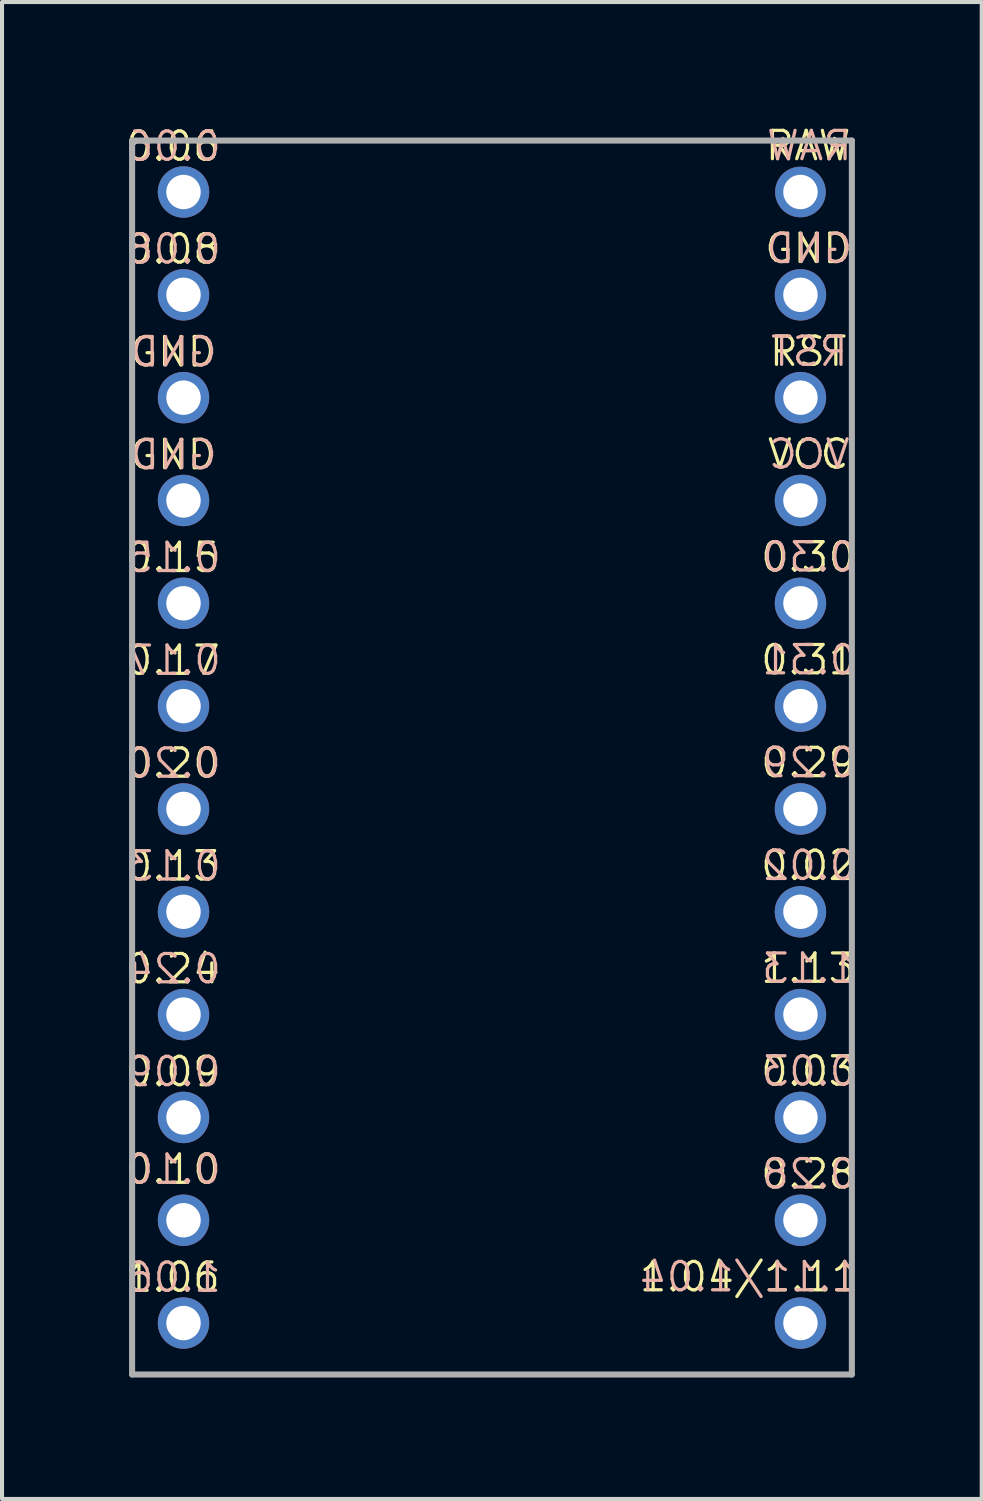
<source format=kicad_pcb>
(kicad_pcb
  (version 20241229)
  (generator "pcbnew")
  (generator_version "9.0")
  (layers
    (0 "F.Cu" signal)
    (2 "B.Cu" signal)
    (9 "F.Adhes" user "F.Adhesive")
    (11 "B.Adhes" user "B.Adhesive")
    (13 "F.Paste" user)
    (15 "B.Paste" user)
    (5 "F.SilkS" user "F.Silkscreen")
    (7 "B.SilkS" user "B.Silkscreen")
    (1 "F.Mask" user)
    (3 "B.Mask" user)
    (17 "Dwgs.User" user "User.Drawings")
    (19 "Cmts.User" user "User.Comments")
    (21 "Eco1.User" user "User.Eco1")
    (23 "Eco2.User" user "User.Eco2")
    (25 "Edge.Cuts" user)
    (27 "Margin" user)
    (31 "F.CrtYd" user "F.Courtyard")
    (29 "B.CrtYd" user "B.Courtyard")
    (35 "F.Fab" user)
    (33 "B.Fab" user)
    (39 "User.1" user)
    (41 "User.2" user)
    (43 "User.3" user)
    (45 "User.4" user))
  (footprint "pro_micro"
    (layer "F.Cu")
    (at 9.103 15.663)
    (property "Reference" "pro_micro" (at 0 11.303 0) (layer "Eco1.User") (effects (font (size 1 1) (thickness 0.15))))
    (attr through_hole exclude_from_bom)
    (fp_line (start -8.89 -15.24) (end 8.89 -15.24) (stroke (width 0.15) (type solid)) (layer "F.Fab"))
    (fp_line (start -8.89 15.24) (end -8.89 -15.24) (stroke (width 0.15) (type solid)) (layer "F.Fab"))
    (fp_line (start 8.89 -15.24) (end 8.89 15.24) (stroke (width 0.15) (type solid)) (layer "F.Fab"))
    (fp_line (start 8.89 15.24) (end -8.89 15.24) (stroke (width 0.15) (type solid)) (layer "F.Fab"))
    (fp_text user "GND" (at -7.887 -7.48 180) (layer "F.SilkS") (effects (font (size 0.7 0.7) (thickness 0.08))))
    (fp_text user "1.13" (at 7.811 5.207 0) (layer "F.SilkS") (effects (font (size 0.7 0.7) (thickness 0.08))))
    (fp_text user "0.30" (at 7.811 -4.953 0) (layer "F.SilkS") (effects (font (size 0.7 0.7) (thickness 0.08))))
    (fp_text user "0.02" (at 7.811 2.667 0) (layer "F.SilkS") (effects (font (size 0.7 0.7) (thickness 0.08))))
    (fp_text user "0.29" (at 7.811 0.127 0) (layer "F.SilkS") (effects (font (size 0.7 0.7) (thickness 0.08))))
    (fp_text user "0.20" (at -7.887 0.14 180) (layer "F.SilkS") (effects (font (size 0.7 0.7) (thickness 0.08))))
    (fp_text user "RAW" (at 7.811 -15.113 0) (layer "F.SilkS") (effects (font (size 0.7 0.7) (thickness 0.08))))
    (fp_text user "GND" (at 7.811 -12.573 0) (layer "F.SilkS") (effects (font (size 0.7 0.7) (thickness 0.08))))
    (fp_text user "0.06" (at -7.887 -15.1 0) (layer "F.SilkS") (effects (font (size 0.7 0.7) (thickness 0.08))))
    (fp_text user "RST" (at 7.811 -10.033 180) (layer "F.SilkS") (effects (font (size 0.7 0.7) (thickness 0.08))))
    (fp_text user "0.03" (at 7.811 7.747 180) (layer "F.SilkS") (effects (font (size 0.7 0.7) (thickness 0.08))))
    (fp_text user "0.28" (at 7.811 10.287 0) (layer "F.SilkS") (effects (font (size 0.7 0.7) (thickness 0.08))))
    (fp_text user "0.13" (at -7.887 2.68 0) (layer "F.SilkS") (effects (font (size 0.7 0.7) (thickness 0.08))))
    (fp_text user "0.09" (at -7.887 7.76 0) (layer "F.SilkS") (effects (font (size 0.7 0.7) (thickness 0.08))))
    (fp_text user "VCC" (at 7.811 -7.493 0) (layer "F.SilkS") (effects (font (size 0.7 0.7) (thickness 0.08))))
    (fp_text user "GND" (at -7.887 -10.02 180) (layer "F.SilkS") (effects (font (size 0.7 0.7) (thickness 0.08))))
    (fp_text user "0.10" (at -7.887 10.173 180) (layer "F.SilkS") (effects (font (size 0.7 0.7) (thickness 0.08))))
    (fp_text user "0.17" (at -7.887 -2.4 0) (layer "F.SilkS") (effects (font (size 0.7 0.7) (thickness 0.08))))
    (fp_text user "0.24" (at -7.887 5.22 180) (layer "F.SilkS") (effects (font (size 0.7 0.7) (thickness 0.08))))
    (fp_text user "0.15" (at -7.887 -4.94 180) (layer "F.SilkS") (effects (font (size 0.7 0.7) (thickness 0.08))))
    (fp_text user "1.06" (at -7.887 12.84 0) (layer "F.SilkS") (effects (font (size 0.7 0.7) (thickness 0.08))))
    (fp_text user "0.08" (at -7.887 -12.56 180) (layer "F.SilkS") (effects (font (size 0.7 0.7) (thickness 0.08))))
    (fp_text user "0.31" (at 7.811 -2.413 0) (layer "F.SilkS") (effects (font (size 0.7 0.7) (thickness 0.08))))
    (fp_text user "1.04/1.11" (at 6.348 12.827 0) (layer "F.SilkS") (effects (font (size 0.7 0.7) (thickness 0.08))))
    (fp_text user "0.03" (at 7.838 7.747 180) (layer "B.SilkS") (effects (font (size 0.7 0.7) (thickness 0.08)) (justify mirror)))
    (fp_text user "RST" (at 7.838 -10.033 180) (layer "B.SilkS") (effects (font (size 0.7 0.7) (thickness 0.08)) (justify mirror)))
    (fp_text user "0.30" (at 7.838 -4.953 0) (layer "B.SilkS") (effects (font (size 0.7 0.7) (thickness 0.08)) (justify mirror)))
    (fp_text user "0.24" (at -7.861 5.22 180) (layer "B.SilkS") (effects (font (size 0.7 0.7) (thickness 0.08)) (justify mirror)))
    (fp_text user "1.06" (at -7.861 12.84 0) (layer "B.SilkS") (effects (font (size 0.7 0.7) (thickness 0.08)) (justify mirror)))
    (fp_text user "0.31" (at 7.838 -2.413 0) (layer "B.SilkS") (effects (font (size 0.7 0.7) (thickness 0.08)) (justify mirror)))
    (fp_text user "0.17" (at -7.861 -2.4 0) (layer "B.SilkS") (effects (font (size 0.7 0.7) (thickness 0.08)) (justify mirror)))
    (fp_text user "0.13" (at -7.861 2.68 0) (layer "B.SilkS") (effects (font (size 0.7 0.7) (thickness 0.08)) (justify mirror)))
    (fp_text user "RAW" (at 7.838 -15.113 0) (layer "B.SilkS") (effects (font (size 0.7 0.7) (thickness 0.08)) (justify mirror)))
    (fp_text user "0.10" (at -7.861 10.173 180) (layer "B.SilkS") (effects (font (size 0.7 0.7) (thickness 0.08)) (justify mirror)))
    (fp_text user "GND" (at -7.861 -7.48 180) (layer "B.SilkS") (effects (font (size 0.7 0.7) (thickness 0.08)) (justify mirror)))
    (fp_text user "1.11/1.04" (at 6.348 12.827 0) (layer "B.SilkS") (effects (font (size 0.7 0.7) (thickness 0.08)) (justify mirror)))
    (fp_text user "1.13" (at 7.838 5.207 0) (layer "B.SilkS") (effects (font (size 0.7 0.7) (thickness 0.08)) (justify mirror)))
    (fp_text user "0.28" (at 7.838 10.287 0) (layer "B.SilkS") (effects (font (size 0.7 0.7) (thickness 0.08)) (justify mirror)))
    (fp_text user "0.06" (at -7.861 -15.1 0) (layer "B.SilkS") (effects (font (size 0.7 0.7) (thickness 0.08)) (justify mirror)))
    (fp_text user "GND" (at -7.861 -10.02 180) (layer "B.SilkS") (effects (font (size 0.7 0.7) (thickness 0.08)) (justify mirror)))
    (fp_text user "0.02" (at 7.838 2.667 0) (layer "B.SilkS") (effects (font (size 0.7 0.7) (thickness 0.08)) (justify mirror)))
    (fp_text user "0.15" (at -7.861 -4.94 180) (layer "B.SilkS") (effects (font (size 0.7 0.7) (thickness 0.08)) (justify mirror)))
    (fp_text user "0.20" (at -7.861 0.14 180) (layer "B.SilkS") (effects (font (size 0.7 0.7) (thickness 0.08)) (justify mirror)))
    (fp_text user "0.29" (at 7.838 0.127 0) (layer "B.SilkS") (effects (font (size 0.7 0.7) (thickness 0.08)) (justify mirror)))
    (fp_text user "VCC" (at 7.838 -7.493 0) (layer "B.SilkS") (effects (font (size 0.7 0.7) (thickness 0.08)) (justify mirror)))
    (fp_text user "GND" (at 7.838 -12.573 0) (layer "B.SilkS") (effects (font (size 0.7 0.7) (thickness 0.08)) (justify mirror)))
    (fp_text user "0.08" (at -7.861 -12.56 180) (layer "B.SilkS") (effects (font (size 0.7 0.7) (thickness 0.08)) (justify mirror)))
    (fp_text user "0.09" (at -7.861 7.76 0) (layer "B.SilkS") (effects (font (size 0.7 0.7) (thickness 0.08)) (justify mirror)))
    (pad "1" thru_hole circle (at 7.62 -13.97 270) (size 1.25 1.25) (drill 0.85) (layers "*.Cu" "*.Mask"))
    (pad "2" thru_hole circle (at 7.62 -11.43 270) (size 1.27 1.27) (drill 0.85) (layers "*.Cu" "*.Mask"))
    (pad "3" thru_hole circle (at 7.62 -8.89 270) (size 1.27 1.27) (drill 0.85) (layers "*.Cu" "*.Mask"))
    (pad "4" thru_hole circle (at 7.62 -6.35 270) (size 1.27 1.27) (drill 0.85) (layers "*.Cu" "*.Mask"))
    (pad "5" thru_hole circle (at 7.62 -3.81 270) (size 1.27 1.27) (drill 0.85) (layers "*.Cu" "*.Mask"))
    (pad "6" thru_hole circle (at 7.62 -1.27 270) (size 1.27 1.27) (drill 0.85) (layers "*.Cu" "*.Mask"))
    (pad "7" thru_hole circle (at 7.62 1.27 270) (size 1.27 1.27) (drill 0.85) (layers "*.Cu" "*.Mask"))
    (pad "8" thru_hole circle (at 7.62 3.81 270) (size 1.27 1.27) (drill 0.85) (layers "*.Cu" "*.Mask"))
    (pad "9" thru_hole circle (at 7.62 6.35 270) (size 1.27 1.27) (drill 0.85) (layers "*.Cu" "*.Mask"))
    (pad "10" thru_hole circle (at 7.62 8.89 270) (size 1.27 1.27) (drill 0.85) (layers "*.Cu" "*.Mask"))
    (pad "11" thru_hole circle (at 7.62 11.43 270) (size 1.27 1.27) (drill 0.85) (layers "*.Cu" "*.Mask"))
    (pad "12" thru_hole circle (at 7.62 13.97 270) (size 1.27 1.27) (drill 0.85) (layers "*.Cu" "*.Mask"))
    (pad "13" thru_hole circle (at -7.62 -13.97 270) (size 1.27 1.27) (drill 0.85) (layers "*.Cu" "*.Mask"))
    (pad "14" thru_hole circle (at -7.62 -11.43 270) (size 1.27 1.27) (drill 0.85) (layers "*.Cu" "*.Mask"))
    (pad "15" thru_hole circle (at -7.62 -8.89 270) (size 1.27 1.27) (drill 0.85) (layers "*.Cu" "*.Mask"))
    (pad "16" thru_hole circle (at -7.62 -6.35 270) (size 1.27 1.27) (drill 0.85) (layers "*.Cu" "*.Mask"))
    (pad "17" thru_hole circle (at -7.62 -3.81 270) (size 1.27 1.27) (drill 0.85) (layers "*.Cu" "*.Mask"))
    (pad "18" thru_hole circle (at -7.62 -1.27 270) (size 1.27 1.27) (drill 0.85) (layers "*.Cu" "*.Mask"))
    (pad "19" thru_hole circle (at -7.62 1.27 270) (size 1.27 1.27) (drill 0.85) (layers "*.Cu" "*.Mask"))
    (pad "20" thru_hole circle (at -7.62 3.81 270) (size 1.27 1.27) (drill 0.85) (layers "*.Cu" "*.Mask"))
    (pad "21" thru_hole circle (at -7.62 6.35 270) (size 1.27 1.27) (drill 0.85) (layers "*.Cu" "*.Mask"))
    (pad "22" thru_hole circle (at -7.62 8.89 270) (size 1.27 1.27) (drill 0.85) (layers "*.Cu" "*.Mask"))
    (pad "23" thru_hole circle (at -7.62 11.43 270) (size 1.27 1.27) (drill 0.85) (layers "*.Cu" "*.Mask"))
    (pad "24" thru_hole circle (at -7.62 13.97 270) (size 1.27 1.27) (drill 0.85) (layers "*.Cu" "*.Mask")))
  (gr_rect
    (start -3 -3)
    (end 21.201 33.978)
    (stroke (width 0.1) (type default))
    (fill no)
    (layer "Edge.Cuts")))
</source>
